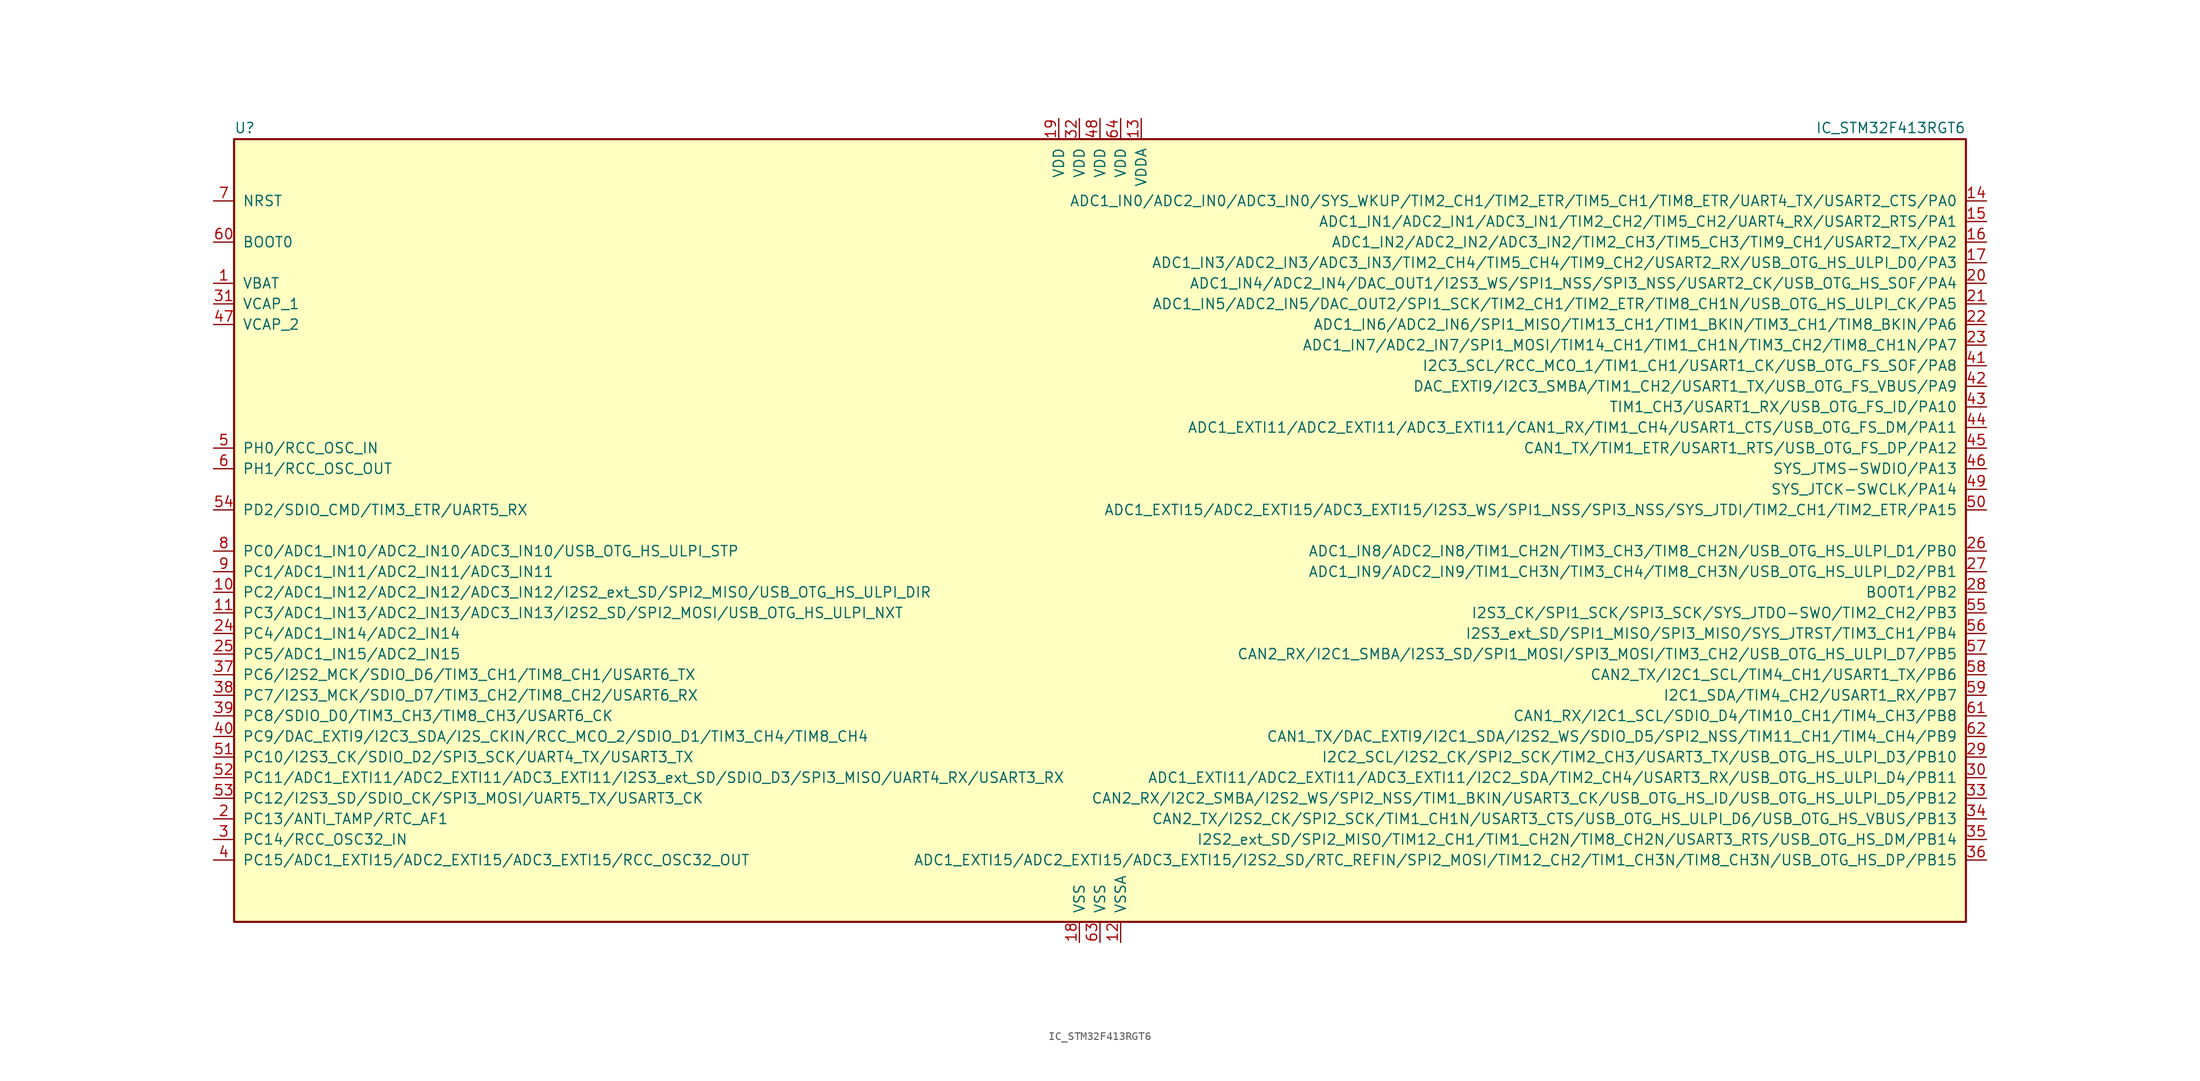
<source format=kicad_sym>
(kicad_symbol_lib
  (version 20211014)
  (generator kicad_symbol_editor)
  (symbol "IC_STM32F413RGT6"
    (pin_names
      (offset 1.016))
    (property "Reference" "U"
      (at -106.68 48.895 0)
      (effects (font (size 1.27 1.27)) (justify left bottom)))
    (property "Value" "IC_STM32F413RGT6"
      (at 106.68 48.895 0)
      (effects (font (size 1.27 1.27)) (justify right bottom)))
    (property "ki_locked" ""
      (at 0 0 0)
      (effects (font (size 1.27 1.27))))
    (symbol "IC_STM32F413RGT6_0_1"
      (rectangle (start -106.68 -48.26) (end 106.68 48.26) (stroke (width 0.254) (type default) (color 0 0 0 0)) (fill (type background))))
    (symbol "IC_STM32F413RGT6_1_1"
      (pin power_in line (at -109.22 30.48 0) (length 2.54) (name "VBAT" (effects (font (size 1.27 1.27)))) (number "1" (effects (font (size 1.27 1.27)))))
      (pin bidirectional line (at -109.22 -7.62 0) (length 2.54) (name "PC2/ADC1_IN12/ADC2_IN12/ADC3_IN12/I2S2_ext_SD/SPI2_MISO/USB_OTG_HS_ULPI_DIR" (effects (font (size 1.27 1.27)))) (number "10" (effects (font (size 1.27 1.27)))))
      (pin bidirectional line (at -109.22 -10.16 0) (length 2.54) (name "PC3/ADC1_IN13/ADC2_IN13/ADC3_IN13/I2S2_SD/SPI2_MOSI/USB_OTG_HS_ULPI_NXT" (effects (font (size 1.27 1.27)))) (number "11" (effects (font (size 1.27 1.27)))))
      (pin power_in line (at 2.54 -50.8 90) (length 2.54) (name "VSSA" (effects (font (size 1.27 1.27)))) (number "12" (effects (font (size 1.27 1.27)))))
      (pin power_in line (at 5.08 50.8 270) (length 2.54) (name "VDDA" (effects (font (size 1.27 1.27)))) (number "13" (effects (font (size 1.27 1.27)))))
      (pin bidirectional line (at 109.22 40.64 180) (length 2.54) (name "ADC1_IN0/ADC2_IN0/ADC3_IN0/SYS_WKUP/TIM2_CH1/TIM2_ETR/TIM5_CH1/TIM8_ETR/UART4_TX/USART2_CTS/PA0" (effects (font (size 1.27 1.27)))) (number "14" (effects (font (size 1.27 1.27)))))
      (pin bidirectional line (at 109.22 38.1 180) (length 2.54) (name "ADC1_IN1/ADC2_IN1/ADC3_IN1/TIM2_CH2/TIM5_CH2/UART4_RX/USART2_RTS/PA1" (effects (font (size 1.27 1.27)))) (number "15" (effects (font (size 1.27 1.27)))))
      (pin bidirectional line (at 109.22 35.56 180) (length 2.54) (name "ADC1_IN2/ADC2_IN2/ADC3_IN2/TIM2_CH3/TIM5_CH3/TIM9_CH1/USART2_TX/PA2" (effects (font (size 1.27 1.27)))) (number "16" (effects (font (size 1.27 1.27)))))
      (pin bidirectional line (at 109.22 33.02 180) (length 2.54) (name "ADC1_IN3/ADC2_IN3/ADC3_IN3/TIM2_CH4/TIM5_CH4/TIM9_CH2/USART2_RX/USB_OTG_HS_ULPI_D0/PA3" (effects (font (size 1.27 1.27)))) (number "17" (effects (font (size 1.27 1.27)))))
      (pin power_in line (at -2.54 -50.8 90) (length 2.54) (name "VSS" (effects (font (size 1.27 1.27)))) (number "18" (effects (font (size 1.27 1.27)))))
      (pin power_in line (at -5.08 50.8 270) (length 2.54) (name "VDD" (effects (font (size 1.27 1.27)))) (number "19" (effects (font (size 1.27 1.27)))))
      (pin bidirectional line (at -109.22 -35.56 0) (length 2.54) (name "PC13/ANTI_TAMP/RTC_AF1" (effects (font (size 1.27 1.27)))) (number "2" (effects (font (size 1.27 1.27)))))
      (pin bidirectional line (at 109.22 30.48 180) (length 2.54) (name "ADC1_IN4/ADC2_IN4/DAC_OUT1/I2S3_WS/SPI1_NSS/SPI3_NSS/USART2_CK/USB_OTG_HS_SOF/PA4" (effects (font (size 1.27 1.27)))) (number "20" (effects (font (size 1.27 1.27)))))
      (pin bidirectional line (at 109.22 27.94 180) (length 2.54) (name "ADC1_IN5/ADC2_IN5/DAC_OUT2/SPI1_SCK/TIM2_CH1/TIM2_ETR/TIM8_CH1N/USB_OTG_HS_ULPI_CK/PA5" (effects (font (size 1.27 1.27)))) (number "21" (effects (font (size 1.27 1.27)))))
      (pin bidirectional line (at 109.22 25.4 180) (length 2.54) (name "ADC1_IN6/ADC2_IN6/SPI1_MISO/TIM13_CH1/TIM1_BKIN/TIM3_CH1/TIM8_BKIN/PA6" (effects (font (size 1.27 1.27)))) (number "22" (effects (font (size 1.27 1.27)))))
      (pin bidirectional line (at 109.22 22.86 180) (length 2.54) (name "ADC1_IN7/ADC2_IN7/SPI1_MOSI/TIM14_CH1/TIM1_CH1N/TIM3_CH2/TIM8_CH1N/PA7" (effects (font (size 1.27 1.27)))) (number "23" (effects (font (size 1.27 1.27)))))
      (pin bidirectional line (at -109.22 -12.7 0) (length 2.54) (name "PC4/ADC1_IN14/ADC2_IN14" (effects (font (size 1.27 1.27)))) (number "24" (effects (font (size 1.27 1.27)))))
      (pin bidirectional line (at -109.22 -15.24 0) (length 2.54) (name "PC5/ADC1_IN15/ADC2_IN15" (effects (font (size 1.27 1.27)))) (number "25" (effects (font (size 1.27 1.27)))))
      (pin bidirectional line (at 109.22 -2.54 180) (length 2.54) (name "ADC1_IN8/ADC2_IN8/TIM1_CH2N/TIM3_CH3/TIM8_CH2N/USB_OTG_HS_ULPI_D1/PB0" (effects (font (size 1.27 1.27)))) (number "26" (effects (font (size 1.27 1.27)))))
      (pin bidirectional line (at 109.22 -5.08 180) (length 2.54) (name "ADC1_IN9/ADC2_IN9/TIM1_CH3N/TIM3_CH4/TIM8_CH3N/USB_OTG_HS_ULPI_D2/PB1" (effects (font (size 1.27 1.27)))) (number "27" (effects (font (size 1.27 1.27)))))
      (pin bidirectional line (at 109.22 -7.62 180) (length 2.54) (name "BOOT1/PB2" (effects (font (size 1.27 1.27)))) (number "28" (effects (font (size 1.27 1.27)))))
      (pin bidirectional line (at 109.22 -27.94 180) (length 2.54) (name "I2C2_SCL/I2S2_CK/SPI2_SCK/TIM2_CH3/USART3_TX/USB_OTG_HS_ULPI_D3/PB10" (effects (font (size 1.27 1.27)))) (number "29" (effects (font (size 1.27 1.27)))))
      (pin bidirectional line (at -109.22 -38.1 0) (length 2.54) (name "PC14/RCC_OSC32_IN" (effects (font (size 1.27 1.27)))) (number "3" (effects (font (size 1.27 1.27)))))
      (pin bidirectional line (at 109.22 -30.48 180) (length 2.54) (name "ADC1_EXTI11/ADC2_EXTI11/ADC3_EXTI11/I2C2_SDA/TIM2_CH4/USART3_RX/USB_OTG_HS_ULPI_D4/PB11" (effects (font (size 1.27 1.27)))) (number "30" (effects (font (size 1.27 1.27)))))
      (pin passive line (at -109.22 27.94 0) (length 2.54) (name "VCAP_1" (effects (font (size 1.27 1.27)))) (number "31" (effects (font (size 1.27 1.27)))))
      (pin power_in line (at -2.54 50.8 270) (length 2.54) (name "VDD" (effects (font (size 1.27 1.27)))) (number "32" (effects (font (size 1.27 1.27)))))
      (pin bidirectional line (at 109.22 -33.02 180) (length 2.54) (name "CAN2_RX/I2C2_SMBA/I2S2_WS/SPI2_NSS/TIM1_BKIN/USART3_CK/USB_OTG_HS_ID/USB_OTG_HS_ULPI_D5/PB12" (effects (font (size 1.27 1.27)))) (number "33" (effects (font (size 1.27 1.27)))))
      (pin bidirectional line (at 109.22 -35.56 180) (length 2.54) (name "CAN2_TX/I2S2_CK/SPI2_SCK/TIM1_CH1N/USART3_CTS/USB_OTG_HS_ULPI_D6/USB_OTG_HS_VBUS/PB13" (effects (font (size 1.27 1.27)))) (number "34" (effects (font (size 1.27 1.27)))))
      (pin bidirectional line (at 109.22 -38.1 180) (length 2.54) (name "I2S2_ext_SD/SPI2_MISO/TIM12_CH1/TIM1_CH2N/TIM8_CH2N/USART3_RTS/USB_OTG_HS_DM/PB14" (effects (font (size 1.27 1.27)))) (number "35" (effects (font (size 1.27 1.27)))))
      (pin bidirectional line (at 109.22 -40.64 180) (length 2.54) (name "ADC1_EXTI15/ADC2_EXTI15/ADC3_EXTI15/I2S2_SD/RTC_REFIN/SPI2_MOSI/TIM12_CH2/TIM1_CH3N/TIM8_CH3N/USB_OTG_HS_DP/PB15" (effects (font (size 1.27 1.27)))) (number "36" (effects (font (size 1.27 1.27)))))
      (pin bidirectional line (at -109.22 -17.78 0) (length 2.54) (name "PC6/I2S2_MCK/SDIO_D6/TIM3_CH1/TIM8_CH1/USART6_TX" (effects (font (size 1.27 1.27)))) (number "37" (effects (font (size 1.27 1.27)))))
      (pin bidirectional line (at -109.22 -20.32 0) (length 2.54) (name "PC7/I2S3_MCK/SDIO_D7/TIM3_CH2/TIM8_CH2/USART6_RX" (effects (font (size 1.27 1.27)))) (number "38" (effects (font (size 1.27 1.27)))))
      (pin bidirectional line (at -109.22 -22.86 0) (length 2.54) (name "PC8/SDIO_D0/TIM3_CH3/TIM8_CH3/USART6_CK" (effects (font (size 1.27 1.27)))) (number "39" (effects (font (size 1.27 1.27)))))
      (pin bidirectional line (at -109.22 -40.64 0) (length 2.54) (name "PC15/ADC1_EXTI15/ADC2_EXTI15/ADC3_EXTI15/RCC_OSC32_OUT" (effects (font (size 1.27 1.27)))) (number "4" (effects (font (size 1.27 1.27)))))
      (pin bidirectional line (at -109.22 -25.4 0) (length 2.54) (name "PC9/DAC_EXTI9/I2C3_SDA/I2S_CKIN/RCC_MCO_2/SDIO_D1/TIM3_CH4/TIM8_CH4" (effects (font (size 1.27 1.27)))) (number "40" (effects (font (size 1.27 1.27)))))
      (pin bidirectional line (at 109.22 20.32 180) (length 2.54) (name "I2C3_SCL/RCC_MCO_1/TIM1_CH1/USART1_CK/USB_OTG_FS_SOF/PA8" (effects (font (size 1.27 1.27)))) (number "41" (effects (font (size 1.27 1.27)))))
      (pin bidirectional line (at 109.22 17.78 180) (length 2.54) (name "DAC_EXTI9/I2C3_SMBA/TIM1_CH2/USART1_TX/USB_OTG_FS_VBUS/PA9" (effects (font (size 1.27 1.27)))) (number "42" (effects (font (size 1.27 1.27)))))
      (pin bidirectional line (at 109.22 15.24 180) (length 2.54) (name "TIM1_CH3/USART1_RX/USB_OTG_FS_ID/PA10" (effects (font (size 1.27 1.27)))) (number "43" (effects (font (size 1.27 1.27)))))
      (pin bidirectional line (at 109.22 12.7 180) (length 2.54) (name "ADC1_EXTI11/ADC2_EXTI11/ADC3_EXTI11/CAN1_RX/TIM1_CH4/USART1_CTS/USB_OTG_FS_DM/PA11" (effects (font (size 1.27 1.27)))) (number "44" (effects (font (size 1.27 1.27)))))
      (pin bidirectional line (at 109.22 10.16 180) (length 2.54) (name "CAN1_TX/TIM1_ETR/USART1_RTS/USB_OTG_FS_DP/PA12" (effects (font (size 1.27 1.27)))) (number "45" (effects (font (size 1.27 1.27)))))
      (pin bidirectional line (at 109.22 7.62 180) (length 2.54) (name "SYS_JTMS-SWDIO/PA13" (effects (font (size 1.27 1.27)))) (number "46" (effects (font (size 1.27 1.27)))))
      (pin passive line (at -109.22 25.4 0) (length 2.54) (name "VCAP_2" (effects (font (size 1.27 1.27)))) (number "47" (effects (font (size 1.27 1.27)))))
      (pin power_in line (at 0 50.8 270) (length 2.54) (name "VDD" (effects (font (size 1.27 1.27)))) (number "48" (effects (font (size 1.27 1.27)))))
      (pin bidirectional line (at 109.22 5.08 180) (length 2.54) (name "SYS_JTCK-SWCLK/PA14" (effects (font (size 1.27 1.27)))) (number "49" (effects (font (size 1.27 1.27)))))
      (pin input line (at -109.22 10.16 0) (length 2.54) (name "PH0/RCC_OSC_IN" (effects (font (size 1.27 1.27)))) (number "5" (effects (font (size 1.27 1.27)))))
      (pin bidirectional line (at 109.22 2.54 180) (length 2.54) (name "ADC1_EXTI15/ADC2_EXTI15/ADC3_EXTI15/I2S3_WS/SPI1_NSS/SPI3_NSS/SYS_JTDI/TIM2_CH1/TIM2_ETR/PA15" (effects (font (size 1.27 1.27)))) (number "50" (effects (font (size 1.27 1.27)))))
      (pin bidirectional line (at -109.22 -27.94 0) (length 2.54) (name "PC10/I2S3_CK/SDIO_D2/SPI3_SCK/UART4_TX/USART3_TX" (effects (font (size 1.27 1.27)))) (number "51" (effects (font (size 1.27 1.27)))))
      (pin bidirectional line (at -109.22 -30.48 0) (length 2.54) (name "PC11/ADC1_EXTI11/ADC2_EXTI11/ADC3_EXTI11/I2S3_ext_SD/SDIO_D3/SPI3_MISO/UART4_RX/USART3_RX" (effects (font (size 1.27 1.27)))) (number "52" (effects (font (size 1.27 1.27)))))
      (pin bidirectional line (at -109.22 -33.02 0) (length 2.54) (name "PC12/I2S3_SD/SDIO_CK/SPI3_MOSI/UART5_TX/USART3_CK" (effects (font (size 1.27 1.27)))) (number "53" (effects (font (size 1.27 1.27)))))
      (pin bidirectional line (at -109.22 2.54 0) (length 2.54) (name "PD2/SDIO_CMD/TIM3_ETR/UART5_RX" (effects (font (size 1.27 1.27)))) (number "54" (effects (font (size 1.27 1.27)))))
      (pin bidirectional line (at 109.22 -10.16 180) (length 2.54) (name "I2S3_CK/SPI1_SCK/SPI3_SCK/SYS_JTDO-SWO/TIM2_CH2/PB3" (effects (font (size 1.27 1.27)))) (number "55" (effects (font (size 1.27 1.27)))))
      (pin bidirectional line (at 109.22 -12.7 180) (length 2.54) (name "I2S3_ext_SD/SPI1_MISO/SPI3_MISO/SYS_JTRST/TIM3_CH1/PB4" (effects (font (size 1.27 1.27)))) (number "56" (effects (font (size 1.27 1.27)))))
      (pin bidirectional line (at 109.22 -15.24 180) (length 2.54) (name "CAN2_RX/I2C1_SMBA/I2S3_SD/SPI1_MOSI/SPI3_MOSI/TIM3_CH2/USB_OTG_HS_ULPI_D7/PB5" (effects (font (size 1.27 1.27)))) (number "57" (effects (font (size 1.27 1.27)))))
      (pin bidirectional line (at 109.22 -17.78 180) (length 2.54) (name "CAN2_TX/I2C1_SCL/TIM4_CH1/USART1_TX/PB6" (effects (font (size 1.27 1.27)))) (number "58" (effects (font (size 1.27 1.27)))))
      (pin bidirectional line (at 109.22 -20.32 180) (length 2.54) (name "I2C1_SDA/TIM4_CH2/USART1_RX/PB7" (effects (font (size 1.27 1.27)))) (number "59" (effects (font (size 1.27 1.27)))))
      (pin input line (at -109.22 7.62 0) (length 2.54) (name "PH1/RCC_OSC_OUT" (effects (font (size 1.27 1.27)))) (number "6" (effects (font (size 1.27 1.27)))))
      (pin input line (at -109.22 35.56 0) (length 2.54) (name "BOOT0" (effects (font (size 1.27 1.27)))) (number "60" (effects (font (size 1.27 1.27)))))
      (pin bidirectional line (at 109.22 -22.86 180) (length 2.54) (name "CAN1_RX/I2C1_SCL/SDIO_D4/TIM10_CH1/TIM4_CH3/PB8" (effects (font (size 1.27 1.27)))) (number "61" (effects (font (size 1.27 1.27)))))
      (pin bidirectional line (at 109.22 -25.4 180) (length 2.54) (name "CAN1_TX/DAC_EXTI9/I2C1_SDA/I2S2_WS/SDIO_D5/SPI2_NSS/TIM11_CH1/TIM4_CH4/PB9" (effects (font (size 1.27 1.27)))) (number "62" (effects (font (size 1.27 1.27)))))
      (pin power_in line (at 0 -50.8 90) (length 2.54) (name "VSS" (effects (font (size 1.27 1.27)))) (number "63" (effects (font (size 1.27 1.27)))))
      (pin power_in line (at 2.54 50.8 270) (length 2.54) (name "VDD" (effects (font (size 1.27 1.27)))) (number "64" (effects (font (size 1.27 1.27)))))
      (pin input line (at -109.22 40.64 0) (length 2.54) (name "NRST" (effects (font (size 1.27 1.27)))) (number "7" (effects (font (size 1.27 1.27)))))
      (pin bidirectional line (at -109.22 -2.54 0) (length 2.54) (name "PC0/ADC1_IN10/ADC2_IN10/ADC3_IN10/USB_OTG_HS_ULPI_STP" (effects (font (size 1.27 1.27)))) (number "8" (effects (font (size 1.27 1.27)))))
      (pin bidirectional line (at -109.22 -5.08 0) (length 2.54) (name "PC1/ADC1_IN11/ADC2_IN11/ADC3_IN11" (effects (font (size 1.27 1.27)))) (number "9" (effects (font (size 1.27 1.27))))))))
</source>
